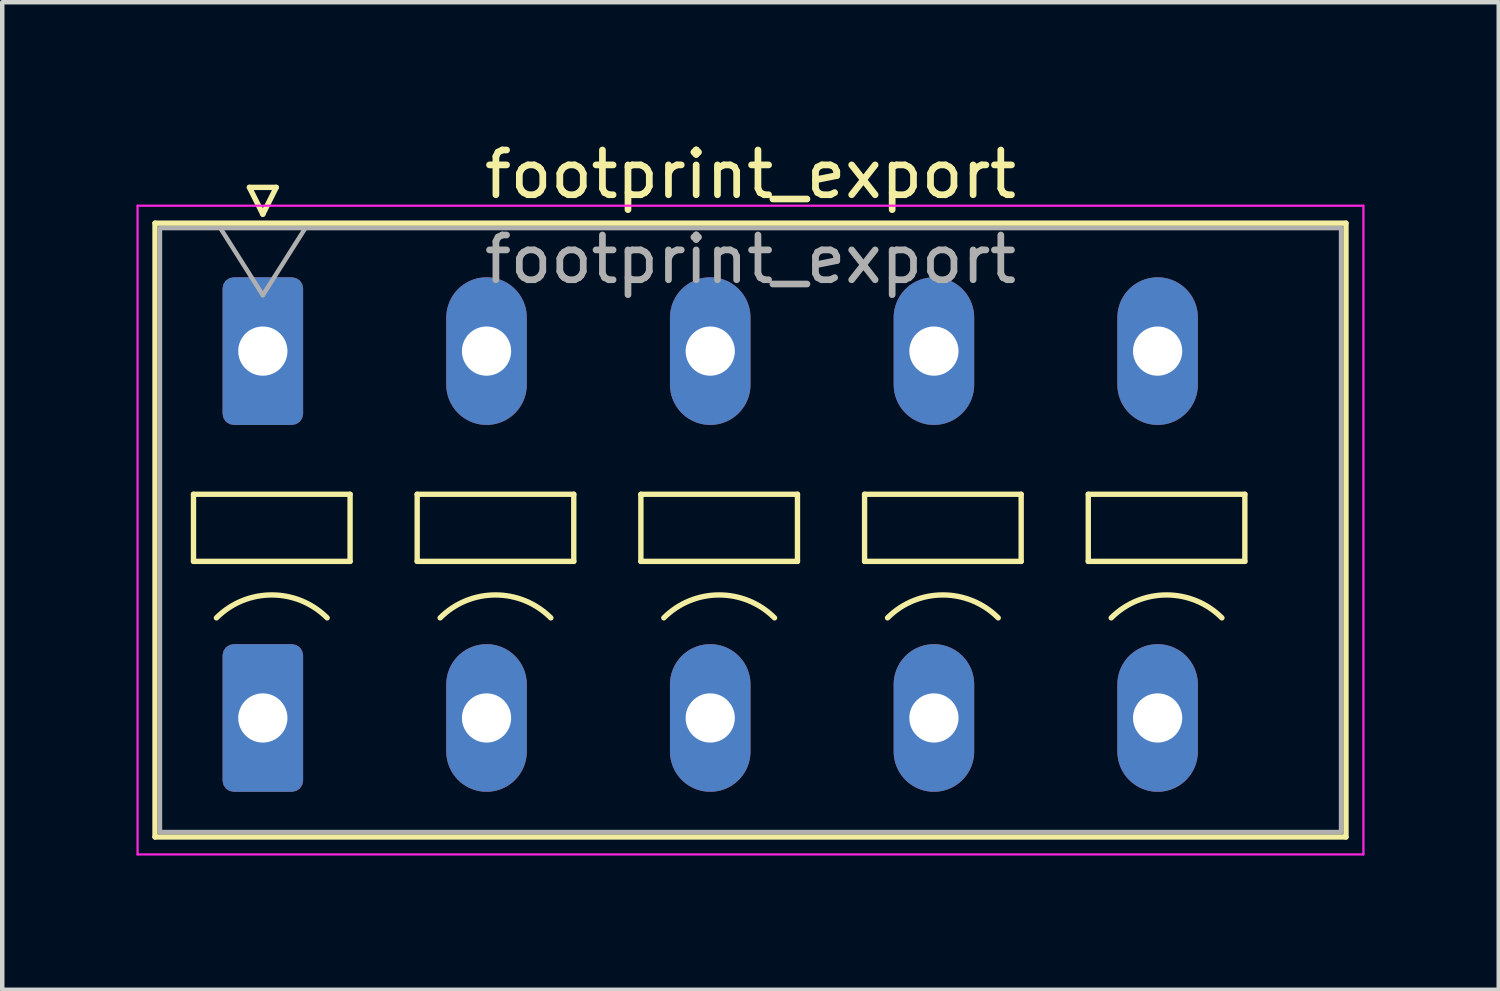
<source format=kicad_pcb>
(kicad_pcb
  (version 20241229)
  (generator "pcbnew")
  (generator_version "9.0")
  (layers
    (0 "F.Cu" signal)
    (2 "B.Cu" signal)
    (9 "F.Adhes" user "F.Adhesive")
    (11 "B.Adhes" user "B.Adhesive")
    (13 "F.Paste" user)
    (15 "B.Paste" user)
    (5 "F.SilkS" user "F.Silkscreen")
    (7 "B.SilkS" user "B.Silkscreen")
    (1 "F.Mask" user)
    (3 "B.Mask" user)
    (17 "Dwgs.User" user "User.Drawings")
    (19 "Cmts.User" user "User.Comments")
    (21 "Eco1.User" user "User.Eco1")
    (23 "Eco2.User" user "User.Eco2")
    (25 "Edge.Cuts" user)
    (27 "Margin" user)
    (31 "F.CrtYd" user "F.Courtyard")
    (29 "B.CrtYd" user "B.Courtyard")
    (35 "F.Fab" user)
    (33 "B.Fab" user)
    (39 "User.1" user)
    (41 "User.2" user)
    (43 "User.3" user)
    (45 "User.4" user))
  (footprint "footprint_export"
    (layer "F.Cu")
    (at 2.825 4.798)
    (property "Reference" "footprint_export" (at 10.9 -3.95 0) (layer "F.SilkS") (effects (font (size 1 1) (thickness 0.15))))
    (attr through_hole)
    (fp_line (start -2.41 -2.86) (end 24.21 -2.86) (stroke (width 0.12) (type solid)) (layer "F.SilkS"))
    (fp_line (start -2.41 10.86) (end -2.41 -2.86) (stroke (width 0.12) (type solid)) (layer "F.SilkS"))
    (fp_line (start -1.55 3.2) (end -1.55 4.7) (stroke (width 0.12) (type solid)) (layer "F.SilkS"))
    (fp_line (start -1.55 4.7) (end 1.95 4.7) (stroke (width 0.12) (type solid)) (layer "F.SilkS"))
    (fp_line (start -0.3 -3.66) (end 0 -3.06) (stroke (width 0.12) (type solid)) (layer "F.SilkS"))
    (fp_line (start -0.3 -3.66) (end 0.3 -3.66) (stroke (width 0.12) (type solid)) (layer "F.SilkS"))
    (fp_line (start 0.3 -3.66) (end 0 -3.06) (stroke (width 0.12) (type solid)) (layer "F.SilkS"))
    (fp_line (start 1.95 3.2) (end -1.55 3.2) (stroke (width 0.12) (type solid)) (layer "F.SilkS"))
    (fp_line (start 1.95 4.7) (end 1.95 3.2) (stroke (width 0.12) (type solid)) (layer "F.SilkS"))
    (fp_line (start 3.45 3.2) (end 3.45 4.7) (stroke (width 0.12) (type solid)) (layer "F.SilkS"))
    (fp_line (start 3.45 4.7) (end 6.95 4.7) (stroke (width 0.12) (type solid)) (layer "F.SilkS"))
    (fp_line (start 6.95 3.2) (end 3.45 3.2) (stroke (width 0.12) (type solid)) (layer "F.SilkS"))
    (fp_line (start 6.95 4.7) (end 6.95 3.2) (stroke (width 0.12) (type solid)) (layer "F.SilkS"))
    (fp_line (start 8.45 3.2) (end 8.45 4.7) (stroke (width 0.12) (type solid)) (layer "F.SilkS"))
    (fp_line (start 8.45 4.7) (end 11.95 4.7) (stroke (width 0.12) (type solid)) (layer "F.SilkS"))
    (fp_line (start 11.95 3.2) (end 8.45 3.2) (stroke (width 0.12) (type solid)) (layer "F.SilkS"))
    (fp_line (start 11.95 4.7) (end 11.95 3.2) (stroke (width 0.12) (type solid)) (layer "F.SilkS"))
    (fp_line (start 13.45 3.2) (end 13.45 4.7) (stroke (width 0.12) (type solid)) (layer "F.SilkS"))
    (fp_line (start 13.45 4.7) (end 16.95 4.7) (stroke (width 0.12) (type solid)) (layer "F.SilkS"))
    (fp_line (start 16.95 3.2) (end 13.45 3.2) (stroke (width 0.12) (type solid)) (layer "F.SilkS"))
    (fp_line (start 16.95 4.7) (end 16.95 3.2) (stroke (width 0.12) (type solid)) (layer "F.SilkS"))
    (fp_line (start 18.45 3.2) (end 18.45 4.7) (stroke (width 0.12) (type solid)) (layer "F.SilkS"))
    (fp_line (start 18.45 4.7) (end 21.95 4.7) (stroke (width 0.12) (type solid)) (layer "F.SilkS"))
    (fp_line (start 21.95 3.2) (end 18.45 3.2) (stroke (width 0.12) (type solid)) (layer "F.SilkS"))
    (fp_line (start 21.95 4.7) (end 21.95 3.2) (stroke (width 0.12) (type solid)) (layer "F.SilkS"))
    (fp_line (start 24.21 -2.86) (end 24.21 10.86) (stroke (width 0.12) (type solid)) (layer "F.SilkS"))
    (fp_line (start 24.21 10.86) (end -2.41 10.86) (stroke (width 0.12) (type solid)) (layer "F.SilkS"))
    (fp_arc (start -1.037437 5.962563) (mid 0.2 5.45) (end 1.437437 5.962563) (stroke (width 0.12) (type solid)) (layer "F.SilkS"))
    (fp_arc (start 3.962563 5.962563) (mid 5.2 5.45) (end 6.437437 5.962563) (stroke (width 0.12) (type solid)) (layer "F.SilkS"))
    (fp_arc (start 8.962563 5.962563) (mid 10.2 5.45) (end 11.437437 5.962563) (stroke (width 0.12) (type solid)) (layer "F.SilkS"))
    (fp_arc (start 13.962563 5.962563) (mid 15.2 5.45) (end 16.437437 5.962563) (stroke (width 0.12) (type solid)) (layer "F.SilkS"))
    (fp_arc (start 18.962563 5.962563) (mid 20.2 5.45) (end 21.437437 5.962563) (stroke (width 0.12) (type solid)) (layer "F.SilkS"))
    (fp_line (start -2.8 -3.25) (end -2.8 11.25) (stroke (width 0.05) (type solid)) (layer "F.CrtYd"))
    (fp_line (start -2.8 11.25) (end 24.6 11.25) (stroke (width 0.05) (type solid)) (layer "F.CrtYd"))
    (fp_line (start 24.6 -3.25) (end -2.8 -3.25) (stroke (width 0.05) (type solid)) (layer "F.CrtYd"))
    (fp_line (start 24.6 11.25) (end 24.6 -3.25) (stroke (width 0.05) (type solid)) (layer "F.CrtYd"))
    (fp_line (start -2.3 -2.75) (end -2.3 10.75) (stroke (width 0.1) (type solid)) (layer "F.Fab"))
    (fp_line (start -2.3 10.75) (end 24.1 10.75) (stroke (width 0.1) (type solid)) (layer "F.Fab"))
    (fp_line (start -0.95 -2.75) (end 0 -1.25) (stroke (width 0.1) (type solid)) (layer "F.Fab"))
    (fp_line (start 0.95 -2.75) (end 0 -1.25) (stroke (width 0.1) (type solid)) (layer "F.Fab"))
    (fp_line (start 24.1 -2.75) (end -2.3 -2.75) (stroke (width 0.1) (type solid)) (layer "F.Fab"))
    (fp_line (start 24.1 10.75) (end 24.1 -2.75) (stroke (width 0.1) (type solid)) (layer "F.Fab"))
    (fp_text user "${REFERENCE}" (at 10.9 -2.05 0) (layer "F.Fab") (effects (font (size 1 1) (thickness 0.15))))
    (pad "1" thru_hole roundrect (at 0 0) (size 1.8 3.3) (drill 1.1) (layers "*.Cu" "*.Mask") (roundrect_rratio 0.139))
    (pad "1" thru_hole roundrect (at 0 8.2) (size 1.8 3.3) (drill 1.1) (layers "*.Cu" "*.Mask") (roundrect_rratio 0.139))
    (pad "2" thru_hole oval (at 5 0) (size 1.8 3.3) (drill 1.1) (layers "*.Cu" "*.Mask"))
    (pad "2" thru_hole oval (at 5 8.2) (size 1.8 3.3) (drill 1.1) (layers "*.Cu" "*.Mask"))
    (pad "3" thru_hole oval (at 10 0) (size 1.8 3.3) (drill 1.1) (layers "*.Cu" "*.Mask"))
    (pad "3" thru_hole oval (at 10 8.2) (size 1.8 3.3) (drill 1.1) (layers "*.Cu" "*.Mask"))
    (pad "4" thru_hole oval (at 15 0) (size 1.8 3.3) (drill 1.1) (layers "*.Cu" "*.Mask"))
    (pad "4" thru_hole oval (at 15 8.2) (size 1.8 3.3) (drill 1.1) (layers "*.Cu" "*.Mask"))
    (pad "5" thru_hole oval (at 20 0) (size 1.8 3.3) (drill 1.1) (layers "*.Cu" "*.Mask"))
    (pad "5" thru_hole oval (at 20 8.2) (size 1.8 3.3) (drill 1.1) (layers "*.Cu" "*.Mask")))
  (gr_rect
    (start -3 -3)
    (end 30.45 19.073)
    (stroke (width 0.1) (type default))
    (fill no)
    (layer "Edge.Cuts")))
</source>
